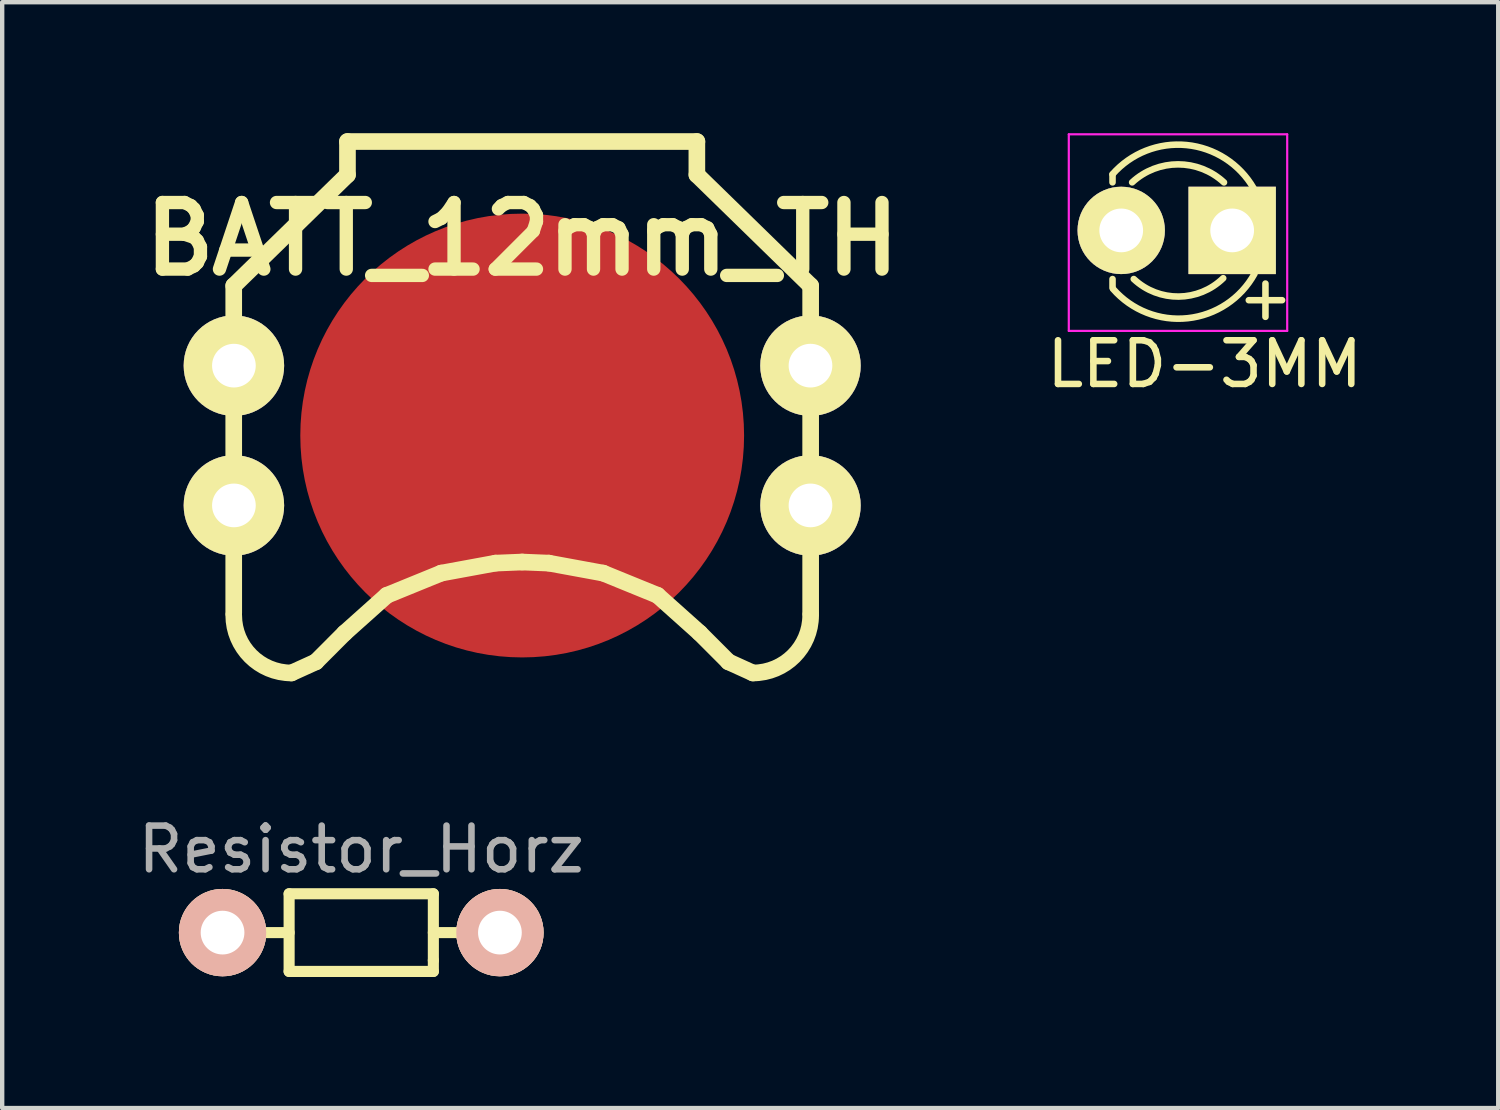
<source format=kicad_pcb>
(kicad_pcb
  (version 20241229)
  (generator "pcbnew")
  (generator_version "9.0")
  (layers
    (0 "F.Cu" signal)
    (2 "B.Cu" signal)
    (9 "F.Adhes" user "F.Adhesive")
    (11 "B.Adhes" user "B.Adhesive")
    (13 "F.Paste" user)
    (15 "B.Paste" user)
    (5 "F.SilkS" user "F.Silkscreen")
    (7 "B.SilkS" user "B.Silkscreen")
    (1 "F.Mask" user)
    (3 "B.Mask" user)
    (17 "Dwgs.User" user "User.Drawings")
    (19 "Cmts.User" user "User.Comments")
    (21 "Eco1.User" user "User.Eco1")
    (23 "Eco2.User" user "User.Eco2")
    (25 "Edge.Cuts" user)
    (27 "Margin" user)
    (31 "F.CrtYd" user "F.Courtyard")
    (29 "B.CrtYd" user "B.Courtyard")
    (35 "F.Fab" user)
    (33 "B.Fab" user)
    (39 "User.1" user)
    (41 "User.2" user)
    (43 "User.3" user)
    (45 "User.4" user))
  (footprint "Resistor_Horz"
    (layer "F.Cu")
    (at 5.22 18.301)
    (property "Reference" "Resistor_Horz" (at 0 -1.905 0) (layer "F.Fab") (effects (font (size 1 1) (thickness 0.15))))
    (attr through_hole)
    (fp_line (start -1.651 -0.889) (end 1.651 -0.889) (stroke (width 0.254) (type solid)) (layer "F.SilkS"))
    (fp_line (start -1.651 0) (end -2.413 0) (stroke (width 0.254) (type solid)) (layer "F.SilkS"))
    (fp_line (start -1.651 0.889) (end -1.651 -0.889) (stroke (width 0.254) (type solid)) (layer "F.SilkS"))
    (fp_line (start 1.651 -0.889) (end 1.651 0.635) (stroke (width 0.254) (type solid)) (layer "F.SilkS"))
    (fp_line (start 1.651 0) (end 2.413 0) (stroke (width 0.254) (type solid)) (layer "F.SilkS"))
    (fp_line (start 1.651 0.889) (end -1.651 0.889) (stroke (width 0.254) (type solid)) (layer "F.SilkS"))
    (fp_line (start 1.651 0.889) (end 1.651 0.635) (stroke (width 0.254) (type solid)) (layer "F.SilkS"))
    (pad "1" thru_hole circle (at -3.175 0) (size 1.999 1.999) (drill 1.001) (layers "*.Cu" "*.SilkS" "*.Mask"))
    (pad "2" thru_hole circle (at 3.175 0) (size 1.999 1.999) (drill 1.001) (layers "*.Cu" "*.SilkS" "*.Mask")))
  (footprint "LED-3MM"
    (layer "F.Cu")
    (at 22.619 2.225)
    (property "Reference" "LED-3MM" (at 1.91 3.06 0) (layer "F.SilkS") (effects (font (size 1 1) (thickness 0.15))))
    (attr through_hole)
    (fp_line (start -0.199 -1.28) (end -0.199 -1.1) (stroke (width 0.15) (type solid)) (layer "F.SilkS"))
    (fp_line (start -0.199 1.314) (end -0.199 1.114) (stroke (width 0.15) (type solid)) (layer "F.SilkS"))
    (fp_arc (start -0.199 -1.286) (mid 1.495903 -1.954571) (end 3.028744 -0.969643) (stroke (width 0.15) (type solid)) (layer "F.SilkS"))
    (fp_arc (start 0.25 -1.1) (mid 1.301686 -1.512142) (end 2.353005 -1.099067) (stroke (width 0.15) (type solid)) (layer "F.SilkS"))
    (fp_arc (start 2.335 1.094) (mid 1.31492 1.51473) (end 0.287111 1.113252) (stroke (width 0.15) (type solid)) (layer "F.SilkS"))
    (fp_arc (start 3.051 0.994) (mid 1.522637 2.009958) (end -0.18622 1.340726) (stroke (width 0.15) (type solid)) (layer "F.SilkS"))
    (fp_line (start -1.2 -2.2) (end -1.2 2.3) (stroke (width 0.05) (type solid)) (layer "F.CrtYd"))
    (fp_line (start -1.2 2.3) (end 3.8 2.3) (stroke (width 0.05) (type solid)) (layer "F.CrtYd"))
    (fp_line (start 3.8 -2.2) (end -1.2 -2.2) (stroke (width 0.05) (type solid)) (layer "F.CrtYd"))
    (fp_line (start 3.8 2.3) (end 3.8 -2.2) (stroke (width 0.05) (type solid)) (layer "F.CrtYd"))
    (fp_text user "+" (at 3.302 1.524 0) (layer "F.SilkS") (effects (font (size 1 1) (thickness 0.15))))
    (pad "1" thru_hole circle (at 0 0 90) (size 2 2) (drill 1.001) (layers "*.Cu" "*.Mask" "F.SilkS"))
    (pad "2" thru_hole rect (at 2.54 0) (size 2 2) (drill 1.001) (layers "*.Cu" "*.Mask" "F.SilkS")))
  (footprint "BATT_12mm_TH"
    (layer "F.Cu")
    (at 8.905 6.921)
    (property "Reference" "BATT_12mm_TH" (at 0 -4.5 0) (layer "F.SilkS") (effects (font (size 1.524 1.524) (thickness 0.305))))
    (attr through_hole)
    (fp_line (start -6.604 -3.429) (end -6.604 4.064) (stroke (width 0.381) (type solid)) (layer "F.SilkS"))
    (fp_line (start -5.283 5.436) (end -4.724 5.182) (stroke (width 0.381) (type solid)) (layer "F.SilkS"))
    (fp_line (start -4.064 4.521) (end -4.724 5.182) (stroke (width 0.381) (type solid)) (layer "F.SilkS"))
    (fp_line (start -4 -6.731) (end -4 -5.969) (stroke (width 0.381) (type solid)) (layer "F.SilkS"))
    (fp_line (start -4 -6.731) (end 4 -6.731) (stroke (width 0.381) (type solid)) (layer "F.SilkS"))
    (fp_line (start -4 -5.969) (end -6.604 -3.429) (stroke (width 0.381) (type solid)) (layer "F.SilkS"))
    (fp_line (start -3.099 3.658) (end -4.064 4.521) (stroke (width 0.381) (type solid)) (layer "F.SilkS"))
    (fp_line (start -3.099 3.658) (end -1.854 3.15) (stroke (width 0.381) (type solid)) (layer "F.SilkS"))
    (fp_line (start -1.854 3.15) (end -0.61 2.921) (stroke (width 0.381) (type solid)) (layer "F.SilkS"))
    (fp_line (start -0.61 2.921) (end 0 2.896) (stroke (width 0.381) (type solid)) (layer "F.SilkS"))
    (fp_line (start 0 2.896) (end 0.61 2.921) (stroke (width 0.381) (type solid)) (layer "F.SilkS"))
    (fp_line (start 0.61 2.921) (end 1.854 3.15) (stroke (width 0.381) (type solid)) (layer "F.SilkS"))
    (fp_line (start 1.854 3.15) (end 3.099 3.658) (stroke (width 0.381) (type solid)) (layer "F.SilkS"))
    (fp_line (start 3.099 3.658) (end 4.064 4.521) (stroke (width 0.381) (type solid)) (layer "F.SilkS"))
    (fp_line (start 3.999 -6.731) (end 3.999 -5.969) (stroke (width 0.381) (type solid)) (layer "F.SilkS"))
    (fp_line (start 4 -5.969) (end 6.604 -3.429) (stroke (width 0.381) (type solid)) (layer "F.SilkS"))
    (fp_line (start 4.064 4.521) (end 4.724 5.182) (stroke (width 0.381) (type solid)) (layer "F.SilkS"))
    (fp_line (start 4.724 5.182) (end 5.283 5.436) (stroke (width 0.381) (type solid)) (layer "F.SilkS"))
    (fp_line (start 6.604 -3.429) (end 6.604 4.064) (stroke (width 0.381) (type solid)) (layer "F.SilkS"))
    (fp_arc (start -5.2832 5.4356) (mid -6.217147 5.048747) (end -6.604 4.1148) (stroke (width 0.381) (type solid)) (layer "F.SilkS"))
    (fp_arc (start 6.604 4.1148) (mid 6.217147 5.048747) (end 5.2832 5.4356) (stroke (width 0.381) (type solid)) (layer "F.SilkS"))
    (pad "1" thru_hole circle (at -6.6 -1.6) (size 2.3 2.3) (drill 1) (layers "*.Cu" "*.Mask" "F.SilkS"))
    (pad "1" thru_hole circle (at -6.6 1.6) (size 2.3 2.3) (drill 1) (layers "*.Cu" "*.Mask" "F.SilkS"))
    (pad "1" thru_hole circle (at 6.6 -1.6) (size 2.3 2.3) (drill 1) (layers "*.Cu" "*.Mask" "F.SilkS"))
    (pad "1" thru_hole circle (at 6.6 1.6) (size 2.3 2.3) (drill 1) (layers "*.Cu" "*.Mask" "F.SilkS"))
    (pad "2" smd circle (at 0 0) (size 10.16 10.16) (layers "F.Cu" "F.Mask" "F.Paste")))
  (gr_rect
    (start -3 -3)
    (end 31.25 22.317)
    (stroke (width 0.1) (type default))
    (fill no)
    (layer "Edge.Cuts")))
</source>
